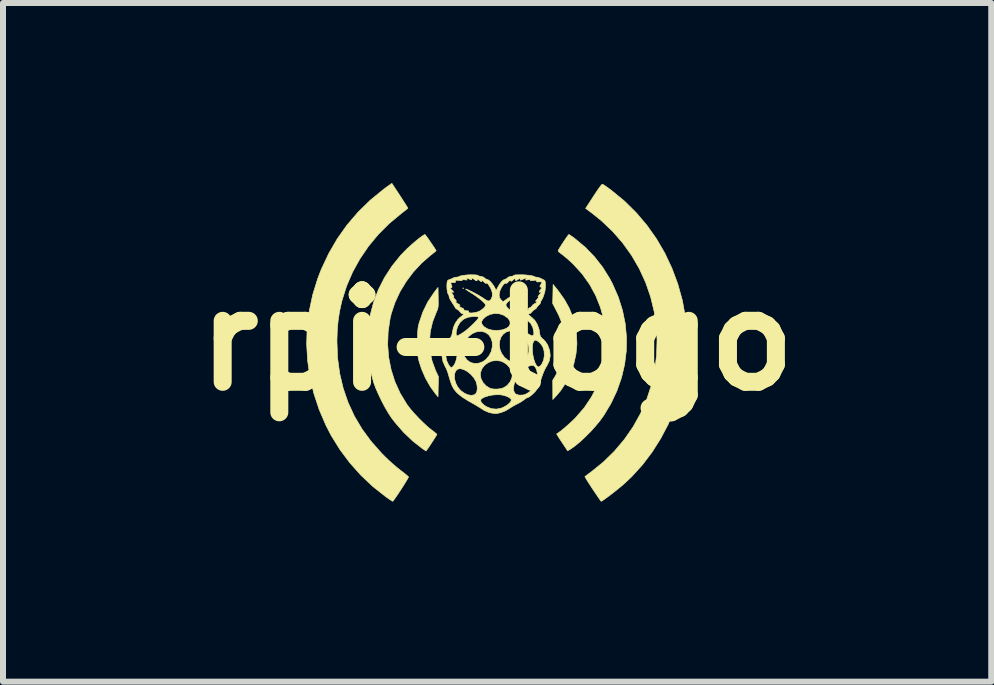
<source format=kicad_pcb>
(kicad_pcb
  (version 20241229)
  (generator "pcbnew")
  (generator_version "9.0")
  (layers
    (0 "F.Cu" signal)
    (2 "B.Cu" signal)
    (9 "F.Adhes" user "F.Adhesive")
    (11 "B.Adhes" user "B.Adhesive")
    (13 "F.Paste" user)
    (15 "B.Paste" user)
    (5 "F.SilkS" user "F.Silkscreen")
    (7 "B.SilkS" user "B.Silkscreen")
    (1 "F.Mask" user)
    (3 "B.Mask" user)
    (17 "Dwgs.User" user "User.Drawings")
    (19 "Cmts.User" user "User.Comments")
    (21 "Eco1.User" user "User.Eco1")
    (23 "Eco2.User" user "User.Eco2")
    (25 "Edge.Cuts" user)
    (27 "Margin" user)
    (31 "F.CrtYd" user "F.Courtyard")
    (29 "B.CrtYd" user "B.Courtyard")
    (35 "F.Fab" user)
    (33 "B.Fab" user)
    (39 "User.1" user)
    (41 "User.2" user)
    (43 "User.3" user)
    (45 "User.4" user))
  (footprint "rpi-logo"
    (layer "F.Cu")
    (at 5.232 2.622)
    (property "Reference" "rpi-logo" (at 0 0 0) (layer "F.SilkS") (effects (font (size 1.524 1.524) (thickness 0.3))))
    (attr through_hole)
    (fp_poly (pts (xy -0.559 -0.87) (xy -0.565 -0.864) (xy -0.572 -0.87) (xy -0.565 -0.876) (xy -0.559 -0.87)) (stroke (width 0.01) (type solid)) (fill yes) (layer "F.SilkS"))
    (fp_poly (pts (xy 0.495 -0.857) (xy 0.489 -0.851) (xy 0.483 -0.857) (xy 0.489 -0.864) (xy 0.495 -0.857)) (stroke (width 0.01) (type solid)) (fill yes) (layer "F.SilkS"))
    (fp_poly (pts (xy 1.017 -0.829) (xy 1.12 -0.685) (xy 1.201 -0.54) (xy 1.262 -0.389) (xy 1.303 -0.228) (xy 1.323 -0.099) (xy 1.33 0.06) (xy 1.315 0.224) (xy 1.279 0.388) (xy 1.223 0.548) (xy 1.15 0.698) (xy 1.06 0.835) (xy 0.99 0.918) (xy 0.928 0.984) (xy 0.928 0.824) (xy 0.927 0.663) (xy 0.972 0.59) (xy 1.025 0.489) (xy 1.065 0.39) (xy 1.091 0.285) (xy 1.106 0.168) (xy 1.111 0.034) (xy 1.111 0.025) (xy 1.108 -0.086) (xy 1.1 -0.179) (xy 1.085 -0.262) (xy 1.06 -0.341) (xy 1.025 -0.424) (xy 0.989 -0.495) (xy 0.926 -0.616) (xy 0.93 -0.775) (xy 0.933 -0.933) (xy 1.017 -0.829)) (stroke (width 0.01) (type solid)) (fill yes) (layer "F.SilkS"))
    (fp_poly (pts (xy -0.981 -0.714) (xy -0.98 -0.645) (xy -0.98 -0.595) (xy -0.983 -0.559) (xy -0.988 -0.529) (xy -0.998 -0.502) (xy -1.013 -0.469) (xy -1.014 -0.466) (xy -1.075 -0.309) (xy -1.113 -0.146) (xy -1.126 0.019) (xy -1.117 0.183) (xy -1.083 0.344) (xy -1.026 0.499) (xy -1.022 0.508) (xy -0.977 0.603) (xy -0.981 0.771) (xy -0.984 0.938) (xy -1.024 0.891) (xy -1.113 0.769) (xy -1.192 0.63) (xy -1.257 0.481) (xy -1.298 0.356) (xy -1.309 0.312) (xy -1.317 0.272) (xy -1.322 0.229) (xy -1.325 0.177) (xy -1.326 0.112) (xy -1.326 0.028) (xy -1.326 0.025) (xy -1.325 -0.062) (xy -1.323 -0.13) (xy -1.32 -0.183) (xy -1.314 -0.228) (xy -1.305 -0.269) (xy -1.298 -0.294) (xy -1.236 -0.476) (xy -1.154 -0.643) (xy -1.05 -0.798) (xy -1.041 -0.81) (xy -0.984 -0.883) (xy -0.981 -0.714)) (stroke (width 0.01) (type solid)) (fill yes) (layer "F.SilkS"))
    (fp_poly (pts (xy 1.21 -1.758) (xy 1.238 -1.739) (xy 1.276 -1.712) (xy 1.292 -1.7) (xy 1.468 -1.553) (xy 1.622 -1.394) (xy 1.758 -1.221) (xy 1.877 -1.03) (xy 1.924 -0.94) (xy 2.019 -0.723) (xy 2.089 -0.502) (xy 2.135 -0.278) (xy 2.156 -0.052) (xy 2.153 0.173) (xy 2.125 0.398) (xy 2.073 0.62) (xy 1.997 0.838) (xy 1.897 1.05) (xy 1.777 1.25) (xy 1.714 1.337) (xy 1.639 1.428) (xy 1.556 1.52) (xy 1.468 1.608) (xy 1.381 1.689) (xy 1.299 1.757) (xy 1.225 1.809) (xy 1.211 1.818) (xy 1.175 1.839) (xy 1.082 1.699) (xy 1.048 1.648) (xy 1.02 1.604) (xy 1.001 1.573) (xy 0.993 1.558) (xy 0.993 1.557) (xy 1.029 1.533) (xy 1.079 1.495) (xy 1.136 1.447) (xy 1.196 1.394) (xy 1.255 1.34) (xy 1.306 1.29) (xy 1.311 1.284) (xy 1.453 1.12) (xy 1.57 0.946) (xy 1.666 0.761) (xy 1.739 0.564) (xy 1.78 0.406) (xy 1.796 0.307) (xy 1.806 0.192) (xy 1.811 0.068) (xy 1.81 -0.058) (xy 1.803 -0.179) (xy 1.79 -0.286) (xy 1.781 -0.339) (xy 1.722 -0.55) (xy 1.643 -0.748) (xy 1.542 -0.933) (xy 1.419 -1.106) (xy 1.273 -1.267) (xy 1.269 -1.27) (xy 1.218 -1.319) (xy 1.165 -1.366) (xy 1.117 -1.406) (xy 1.088 -1.429) (xy 1.052 -1.456) (xy 1.027 -1.478) (xy 1.016 -1.491) (xy 1.016 -1.492) (xy 1.023 -1.507) (xy 1.04 -1.537) (xy 1.065 -1.578) (xy 1.095 -1.624) (xy 1.126 -1.671) (xy 1.155 -1.713) (xy 1.178 -1.745) (xy 1.193 -1.763) (xy 1.196 -1.765) (xy 1.21 -1.758)) (stroke (width 0.01) (type solid)) (fill yes) (layer "F.SilkS"))
    (fp_poly (pts (xy -1.193 -1.756) (xy -1.173 -1.729) (xy -1.146 -1.692) (xy -1.116 -1.647) (xy -1.084 -1.601) (xy -1.055 -1.558) (xy -1.032 -1.523) (xy -1.018 -1.5) (xy -1.016 -1.494) (xy -1.025 -1.485) (xy -1.051 -1.464) (xy -1.087 -1.435) (xy -1.108 -1.419) (xy -1.258 -1.289) (xy -1.394 -1.142) (xy -1.515 -0.981) (xy -1.619 -0.81) (xy -1.702 -0.63) (xy -1.763 -0.448) (xy -1.783 -0.363) (xy -1.815 -0.147) (xy -1.823 0.068) (xy -1.807 0.279) (xy -1.766 0.486) (xy -1.703 0.686) (xy -1.616 0.878) (xy -1.506 1.06) (xy -1.489 1.084) (xy -1.439 1.149) (xy -1.375 1.222) (xy -1.304 1.298) (xy -1.229 1.372) (xy -1.158 1.437) (xy -1.095 1.489) (xy -1.083 1.498) (xy -1.045 1.527) (xy -1.017 1.55) (xy -1.004 1.564) (xy -1.003 1.565) (xy -1.01 1.578) (xy -1.027 1.607) (xy -1.052 1.646) (xy -1.082 1.692) (xy -1.112 1.739) (xy -1.141 1.782) (xy -1.165 1.816) (xy -1.18 1.837) (xy -1.185 1.841) (xy -1.196 1.834) (xy -1.221 1.817) (xy -1.245 1.801) (xy -1.405 1.676) (xy -1.558 1.53) (xy -1.699 1.368) (xy -1.76 1.288) (xy -1.811 1.211) (xy -1.866 1.117) (xy -1.921 1.013) (xy -1.972 0.907) (xy -2.018 0.804) (xy -2.052 0.713) (xy -2.057 0.7) (xy -2.116 0.478) (xy -2.152 0.253) (xy -2.163 0.028) (xy -2.151 -0.197) (xy -2.115 -0.418) (xy -2.058 -0.635) (xy -1.978 -0.845) (xy -1.876 -1.046) (xy -1.753 -1.236) (xy -1.61 -1.414) (xy -1.501 -1.526) (xy -1.449 -1.574) (xy -1.394 -1.623) (xy -1.339 -1.669) (xy -1.289 -1.709) (xy -1.246 -1.74) (xy -1.215 -1.76) (xy -1.202 -1.765) (xy -1.193 -1.756)) (stroke (width 0.01) (type solid)) (fill yes) (layer "F.SilkS"))
    (fp_poly (pts (xy -1.619 -2.413) (xy -1.578 -2.349) (xy -1.542 -2.293) (xy -1.513 -2.248) (xy -1.494 -2.217) (xy -1.486 -2.204) (xy -1.486 -2.204) (xy -1.495 -2.195) (xy -1.521 -2.174) (xy -1.559 -2.144) (xy -1.597 -2.115) (xy -1.798 -1.948) (xy -1.98 -1.766) (xy -2.143 -1.569) (xy -2.286 -1.359) (xy -2.408 -1.138) (xy -2.507 -0.908) (xy -2.583 -0.669) (xy -2.591 -0.637) (xy -2.625 -0.483) (xy -2.648 -0.333) (xy -2.662 -0.179) (xy -2.668 -0.011) (xy -2.668 0.032) (xy -2.657 0.298) (xy -2.622 0.553) (xy -2.564 0.798) (xy -2.483 1.033) (xy -2.379 1.259) (xy -2.251 1.475) (xy -2.099 1.682) (xy -1.923 1.881) (xy -1.871 1.933) (xy -1.81 1.992) (xy -1.741 2.055) (xy -1.672 2.114) (xy -1.612 2.162) (xy -1.607 2.166) (xy -1.558 2.204) (xy -1.517 2.236) (xy -1.489 2.26) (xy -1.476 2.273) (xy -1.476 2.273) (xy -1.481 2.287) (xy -1.498 2.317) (xy -1.524 2.36) (xy -1.556 2.412) (xy -1.592 2.469) (xy -1.63 2.526) (xy -1.665 2.579) (xy -1.697 2.625) (xy -1.721 2.659) (xy -1.736 2.678) (xy -1.739 2.68) (xy -1.753 2.673) (xy -1.782 2.654) (xy -1.822 2.627) (xy -1.849 2.608) (xy -2.065 2.438) (xy -2.267 2.248) (xy -2.452 2.041) (xy -2.618 1.819) (xy -2.764 1.584) (xy -2.851 1.416) (xy -2.964 1.152) (xy -3.053 0.884) (xy -3.117 0.612) (xy -3.157 0.337) (xy -3.173 0.061) (xy -3.164 -0.215) (xy -3.13 -0.489) (xy -3.072 -0.761) (xy -2.989 -1.029) (xy -2.928 -1.187) (xy -2.805 -1.448) (xy -2.663 -1.693) (xy -2.501 -1.922) (xy -2.319 -2.135) (xy -2.117 -2.333) (xy -1.895 -2.515) (xy -1.826 -2.566) (xy -1.753 -2.617) (xy -1.619 -2.413)) (stroke (width 0.01) (type solid)) (fill yes) (layer "F.SilkS"))
    (fp_poly (pts (xy 1.769 -2.596) (xy 1.8 -2.576) (xy 1.842 -2.546) (xy 1.893 -2.509) (xy 1.91 -2.496) (xy 2.123 -2.321) (xy 2.319 -2.127) (xy 2.497 -1.917) (xy 2.656 -1.692) (xy 2.795 -1.453) (xy 2.913 -1.202) (xy 3.011 -0.94) (xy 3.086 -0.669) (xy 3.137 -0.391) (xy 3.143 -0.352) (xy 3.151 -0.266) (xy 3.157 -0.162) (xy 3.161 -0.047) (xy 3.162 0.071) (xy 3.16 0.185) (xy 3.156 0.287) (xy 3.149 0.362) (xy 3.108 0.627) (xy 3.044 0.89) (xy 2.958 1.147) (xy 2.851 1.396) (xy 2.725 1.635) (xy 2.582 1.861) (xy 2.421 2.073) (xy 2.245 2.267) (xy 2.127 2.378) (xy 2.081 2.419) (xy 2.026 2.464) (xy 1.968 2.511) (xy 1.909 2.557) (xy 1.853 2.599) (xy 1.804 2.635) (xy 1.765 2.662) (xy 1.741 2.678) (xy 1.735 2.68) (xy 1.725 2.67) (xy 1.705 2.641) (xy 1.675 2.598) (xy 1.638 2.544) (xy 1.596 2.481) (xy 1.592 2.476) (xy 1.551 2.412) (xy 1.515 2.357) (xy 1.487 2.312) (xy 1.469 2.281) (xy 1.462 2.268) (xy 1.462 2.268) (xy 1.474 2.26) (xy 1.501 2.24) (xy 1.539 2.211) (xy 1.562 2.195) (xy 1.768 2.028) (xy 1.954 1.846) (xy 2.12 1.65) (xy 2.265 1.441) (xy 2.388 1.221) (xy 2.49 0.99) (xy 2.569 0.75) (xy 2.625 0.502) (xy 2.657 0.248) (xy 2.665 -0.012) (xy 2.653 -0.229) (xy 2.617 -0.482) (xy 2.557 -0.729) (xy 2.474 -0.968) (xy 2.368 -1.198) (xy 2.241 -1.417) (xy 2.093 -1.624) (xy 1.926 -1.816) (xy 1.74 -1.993) (xy 1.59 -2.114) (xy 1.475 -2.2) (xy 1.546 -2.309) (xy 1.609 -2.406) (xy 1.659 -2.482) (xy 1.698 -2.538) (xy 1.726 -2.576) (xy 1.745 -2.598) (xy 1.754 -2.603) (xy 1.769 -2.596)) (stroke (width 0.01) (type solid)) (fill yes) (layer "F.SilkS"))
    (fp_poly (pts (xy 0.425 -1.094) (xy 0.477 -1.091) (xy 0.529 -1.085) (xy 0.573 -1.079) (xy 0.605 -1.072) (xy 0.614 -1.067) (xy 0.636 -1.057) (xy 0.658 -1.054) (xy 0.69 -1.048) (xy 0.727 -1.034) (xy 0.728 -1.033) (xy 0.761 -1.016) (xy 0.786 -1.004) (xy 0.787 -1.003) (xy 0.799 -0.989) (xy 0.804 -0.959) (xy 0.805 -0.919) (xy 0.803 -0.873) (xy 0.799 -0.833) (xy 0.796 -0.815) (xy 0.779 -0.758) (xy 0.761 -0.709) (xy 0.743 -0.676) (xy 0.74 -0.672) (xy 0.726 -0.646) (xy 0.724 -0.632) (xy 0.715 -0.61) (xy 0.692 -0.587) (xy 0.692 -0.586) (xy 0.67 -0.565) (xy 0.66 -0.547) (xy 0.66 -0.547) (xy 0.65 -0.532) (xy 0.629 -0.518) (xy 0.597 -0.496) (xy 0.578 -0.474) (xy 0.557 -0.452) (xy 0.539 -0.445) (xy 0.522 -0.44) (xy 0.528 -0.425) (xy 0.556 -0.4) (xy 0.576 -0.385) (xy 0.629 -0.334) (xy 0.671 -0.265) (xy 0.699 -0.185) (xy 0.707 -0.134) (xy 0.714 -0.091) (xy 0.725 -0.062) (xy 0.747 -0.038) (xy 0.763 -0.024) (xy 0.797 0.01) (xy 0.83 0.055) (xy 0.844 0.08) (xy 0.877 0.17) (xy 0.885 0.257) (xy 0.869 0.342) (xy 0.827 0.427) (xy 0.819 0.438) (xy 0.796 0.48) (xy 0.771 0.537) (xy 0.747 0.602) (xy 0.736 0.635) (xy 0.715 0.696) (xy 0.692 0.755) (xy 0.67 0.802) (xy 0.657 0.823) (xy 0.63 0.857) (xy 0.595 0.892) (xy 0.558 0.923) (xy 0.526 0.945) (xy 0.505 0.953) (xy 0.489 0.96) (xy 0.462 0.978) (xy 0.447 0.99) (xy 0.408 1.017) (xy 0.359 1.046) (xy 0.33 1.06) (xy 0.278 1.088) (xy 0.223 1.121) (xy 0.199 1.137) (xy 0.136 1.174) (xy 0.066 1.201) (xy -0.00003 1.217) (xy -0.031 1.218) (xy -0.067 1.214) (xy -0.113 1.206) (xy -0.13 1.201) (xy -0.178 1.183) (xy -0.228 1.158) (xy -0.242 1.148) (xy -0.28 1.124) (xy -0.33 1.093) (xy -0.381 1.063) (xy -0.386 1.06) (xy -0.487 1.003) (xy -0.51 0.988) (xy -0.273 0.988) (xy -0.271 1.017) (xy -0.247 1.051) (xy -0.203 1.087) (xy -0.174 1.105) (xy -0.094 1.137) (xy -0.011 1.144) (xy 0.073 1.127) (xy 0.109 1.111) (xy 0.164 1.08) (xy 0.205 1.046) (xy 0.231 1.014) (xy 0.236 0.988) (xy 0.234 0.981) (xy 0.205 0.953) (xy 0.158 0.93) (xy 0.098 0.912) (xy 0.051 0.905) (xy -0.012 0.904) (xy -0.079 0.91) (xy -0.143 0.923) (xy -0.2 0.94) (xy -0.245 0.961) (xy -0.27 0.983) (xy -0.273 0.988) (xy -0.51 0.988) (xy -0.568 0.952) (xy -0.631 0.905) (xy -0.681 0.859) (xy -0.719 0.811) (xy -0.749 0.757) (xy -0.774 0.693) (xy -0.797 0.618) (xy -0.801 0.603) (xy -0.801 0.603) (xy -0.711 0.603) (xy -0.704 0.661) (xy -0.685 0.72) (xy -0.655 0.777) (xy -0.613 0.827) (xy -0.603 0.837) (xy -0.543 0.88) (xy -0.484 0.906) (xy -0.428 0.915) (xy -0.381 0.906) (xy -0.356 0.889) (xy -0.338 0.855) (xy -0.33 0.807) (xy -0.334 0.75) (xy -0.348 0.694) (xy -0.355 0.677) (xy -0.391 0.617) (xy -0.431 0.572) (xy -0.279 0.572) (xy -0.267 0.639) (xy -0.233 0.703) (xy -0.183 0.757) (xy -0.12 0.796) (xy -0.114 0.799) (xy -0.065 0.809) (xy -0.004 0.811) (xy 0.057 0.804) (xy 0.093 0.793) (xy 0.273 0.793) (xy 0.279 0.845) (xy 0.3 0.884) (xy 0.321 0.899) (xy 0.373 0.912) (xy 0.432 0.909) (xy 0.475 0.897) (xy 0.53 0.864) (xy 0.584 0.817) (xy 0.629 0.763) (xy 0.647 0.732) (xy 0.666 0.676) (xy 0.673 0.613) (xy 0.671 0.55) (xy 0.659 0.492) (xy 0.638 0.446) (xy 0.611 0.42) (xy 0.575 0.414) (xy 0.53 0.428) (xy 0.479 0.457) (xy 0.426 0.501) (xy 0.376 0.555) (xy 0.345 0.597) (xy 0.307 0.665) (xy 0.283 0.732) (xy 0.273 0.793) (xy 0.093 0.793) (xy 0.108 0.789) (xy 0.108 0.789) (xy 0.169 0.749) (xy 0.216 0.692) (xy 0.246 0.625) (xy 0.254 0.565) (xy 0.242 0.51) (xy 0.21 0.454) (xy 0.164 0.403) (xy 0.108 0.364) (xy 0.06 0.344) (xy -0.015 0.334) (xy -0.088 0.344) (xy -0.154 0.373) (xy -0.21 0.415) (xy -0.252 0.47) (xy -0.276 0.534) (xy -0.279 0.572) (xy -0.431 0.572) (xy -0.441 0.562) (xy -0.498 0.516) (xy -0.558 0.484) (xy -0.613 0.47) (xy -0.62 0.47) (xy -0.661 0.48) (xy -0.69 0.509) (xy -0.706 0.551) (xy -0.711 0.603) (xy -0.801 0.603) (xy -0.818 0.544) (xy -0.839 0.487) (xy -0.86 0.442) (xy -0.866 0.432) (xy -0.902 0.352) (xy -0.918 0.265) (xy -0.918 0.252) (xy -0.855 0.252) (xy -0.842 0.333) (xy -0.806 0.41) (xy -0.805 0.41) (xy -0.78 0.442) (xy -0.759 0.451) (xy -0.738 0.437) (xy -0.715 0.408) (xy -0.694 0.366) (xy -0.678 0.312) (xy -0.666 0.251) (xy -0.66 0.188) (xy -0.659 0.139) (xy -0.569 0.139) (xy -0.564 0.211) (xy -0.544 0.266) (xy -0.499 0.327) (xy -0.443 0.367) (xy -0.377 0.384) (xy -0.305 0.379) (xy -0.233 0.352) (xy -0.183 0.314) (xy -0.137 0.259) (xy -0.102 0.194) (xy -0.094 0.174) (xy -0.078 0.095) (xy -0.079 0.074) (xy 0.037 0.074) (xy 0.047 0.145) (xy 0.075 0.215) (xy 0.121 0.279) (xy 0.124 0.282) (xy 0.186 0.333) (xy 0.258 0.36) (xy 0.34 0.365) (xy 0.387 0.361) (xy 0.419 0.352) (xy 0.445 0.334) (xy 0.462 0.319) (xy 0.507 0.259) (xy 0.529 0.189) (xy 0.528 0.111) (xy 0.587 0.111) (xy 0.588 0.174) (xy 0.596 0.241) (xy 0.61 0.308) (xy 0.63 0.368) (xy 0.655 0.416) (xy 0.677 0.439) (xy 0.7 0.44) (xy 0.727 0.418) (xy 0.746 0.392) (xy 0.775 0.328) (xy 0.787 0.252) (xy 0.783 0.176) (xy 0.762 0.108) (xy 0.737 0.069) (xy 0.704 0.033) (xy 0.67 0.007) (xy 0.64 -0.005) (xy 0.628 -0.004) (xy 0.607 0.017) (xy 0.593 0.057) (xy 0.587 0.111) (xy 0.528 0.111) (xy 0.528 0.11) (xy 0.508 0.033) (xy 0.469 -0.039) (xy 0.415 -0.098) (xy 0.35 -0.139) (xy 0.279 -0.161) (xy 0.222 -0.162) (xy 0.156 -0.143) (xy 0.104 -0.107) (xy 0.066 -0.056) (xy 0.044 0.006) (xy 0.037 0.074) (xy -0.079 0.074) (xy -0.082 0.022) (xy -0.104 -0.043) (xy -0.141 -0.096) (xy -0.193 -0.133) (xy -0.256 -0.151) (xy -0.279 -0.152) (xy -0.353 -0.141) (xy -0.42 -0.109) (xy -0.478 -0.061) (xy -0.523 -0.001) (xy -0.555 0.067) (xy -0.569 0.139) (xy -0.659 0.139) (xy -0.658 0.126) (xy -0.662 0.073) (xy -0.672 0.031) (xy -0.687 0.005) (xy -0.7 0) (xy -0.726 0.009) (xy -0.759 0.034) (xy -0.792 0.067) (xy -0.814 0.097) (xy -0.846 0.172) (xy -0.855 0.252) (xy -0.918 0.252) (xy -0.914 0.187) (xy -0.895 0.117) (xy -0.863 0.056) (xy -0.814 -0.005) (xy -0.807 -0.013) (xy -0.774 -0.05) (xy -0.756 -0.082) (xy -0.75 -0.108) (xy -0.683 -0.108) (xy -0.674 -0.082) (xy -0.662 -0.076) (xy -0.647 -0.083) (xy -0.617 -0.1) (xy -0.578 -0.124) (xy -0.574 -0.127) (xy -0.532 -0.156) (xy -0.485 -0.194) (xy -0.437 -0.237) (xy -0.392 -0.28) (xy -0.388 -0.284) (xy -0.258 -0.284) (xy -0.236 -0.248) (xy -0.213 -0.226) (xy -0.157 -0.192) (xy -0.086 -0.172) (xy -0.005 -0.166) (xy 0.078 -0.175) (xy 0.094 -0.179) (xy 0.157 -0.202) (xy 0.199 -0.235) (xy 0.219 -0.274) (xy 0.216 -0.317) (xy 0.189 -0.361) (xy 0.175 -0.376) (xy 0.241 -0.376) (xy 0.25 -0.357) (xy 0.275 -0.326) (xy 0.312 -0.286) (xy 0.356 -0.243) (xy 0.404 -0.198) (xy 0.452 -0.158) (xy 0.484 -0.134) (xy 0.537 -0.097) (xy 0.576 -0.08) (xy 0.6 -0.082) (xy 0.611 -0.102) (xy 0.612 -0.133) (xy 0.595 -0.218) (xy 0.558 -0.287) (xy 0.5 -0.342) (xy 0.451 -0.37) (xy 0.412 -0.383) (xy 0.367 -0.391) (xy 0.32 -0.394) (xy 0.28 -0.393) (xy 0.251 -0.386) (xy 0.241 -0.376) (xy 0.175 -0.376) (xy 0.174 -0.376) (xy 0.109 -0.421) (xy 0.034 -0.445) (xy -0.043 -0.449) (xy -0.119 -0.433) (xy -0.187 -0.398) (xy -0.234 -0.355) (xy -0.257 -0.318) (xy -0.258 -0.284) (xy -0.388 -0.284) (xy -0.353 -0.32) (xy -0.324 -0.354) (xy -0.309 -0.377) (xy -0.308 -0.384) (xy -0.323 -0.394) (xy -0.36 -0.399) (xy -0.395 -0.399) (xy -0.483 -0.387) (xy -0.558 -0.355) (xy -0.616 -0.302) (xy -0.658 -0.232) (xy -0.679 -0.156) (xy -0.683 -0.108) (xy -0.75 -0.108) (xy -0.747 -0.121) (xy -0.745 -0.139) (xy -0.727 -0.218) (xy -0.694 -0.292) (xy -0.65 -0.354) (xy -0.614 -0.387) (xy -0.576 -0.416) (xy -0.561 -0.435) (xy -0.567 -0.444) (xy -0.578 -0.445) (xy -0.598 -0.454) (xy -0.617 -0.476) (xy -0.64 -0.502) (xy -0.662 -0.515) (xy -0.687 -0.532) (xy -0.7 -0.55) (xy -0.714 -0.576) (xy -0.737 -0.612) (xy -0.756 -0.641) (xy -0.78 -0.68) (xy -0.796 -0.714) (xy -0.8 -0.733) (xy -0.805 -0.758) (xy -0.811 -0.767) (xy -0.823 -0.787) (xy -0.831 -0.824) (xy -0.836 -0.87) (xy -0.836 -0.873) (xy -0.783 -0.873) (xy -0.778 -0.863) (xy -0.759 -0.845) (xy -0.733 -0.819) (xy -0.725 -0.804) (xy -0.736 -0.802) (xy -0.743 -0.805) (xy -0.759 -0.808) (xy -0.759 -0.797) (xy -0.743 -0.771) (xy -0.736 -0.761) (xy -0.72 -0.735) (xy -0.723 -0.724) (xy -0.726 -0.723) (xy -0.729 -0.716) (xy -0.714 -0.698) (xy -0.706 -0.691) (xy -0.683 -0.667) (xy -0.68 -0.653) (xy -0.686 -0.648) (xy -0.689 -0.637) (xy -0.671 -0.622) (xy -0.653 -0.611) (xy -0.627 -0.596) (xy -0.617 -0.586) (xy -0.619 -0.585) (xy -0.635 -0.579) (xy -0.63 -0.567) (xy -0.609 -0.552) (xy -0.59 -0.544) (xy -0.56 -0.529) (xy -0.551 -0.513) (xy -0.552 -0.512) (xy -0.547 -0.5) (xy -0.521 -0.495) (xy -0.513 -0.495) (xy -0.483 -0.493) (xy -0.473 -0.484) (xy -0.474 -0.476) (xy -0.469 -0.463) (xy -0.444 -0.457) (xy -0.403 -0.459) (xy -0.349 -0.468) (xy -0.334 -0.472) (xy -0.294 -0.488) (xy -0.253 -0.514) (xy -0.218 -0.544) (xy -0.195 -0.574) (xy -0.191 -0.59) (xy -0.201 -0.61) (xy -0.229 -0.641) (xy -0.272 -0.679) (xy -0.326 -0.72) (xy -0.386 -0.763) (xy -0.437 -0.795) (xy -0.48 -0.822) (xy -0.51 -0.843) (xy -0.524 -0.855) (xy -0.521 -0.857) (xy -0.486 -0.844) (xy -0.436 -0.82) (xy -0.378 -0.791) (xy -0.318 -0.758) (xy -0.264 -0.726) (xy -0.221 -0.698) (xy -0.211 -0.691) (xy -0.17 -0.664) (xy -0.14 -0.657) (xy -0.115 -0.669) (xy -0.096 -0.693) (xy -0.079 -0.741) (xy -0.079 -0.75) (xy 0.034 -0.75) (xy 0.042 -0.71) (xy 0.066 -0.677) (xy 0.07 -0.673) (xy 0.1 -0.645) (xy 0.161 -0.689) (xy 0.195 -0.711) (xy 0.24 -0.738) (xy 0.291 -0.766) (xy 0.343 -0.794) (xy 0.392 -0.818) (xy 0.432 -0.836) (xy 0.458 -0.846) (xy 0.466 -0.846) (xy 0.46 -0.837) (xy 0.438 -0.823) (xy 0.43 -0.818) (xy 0.387 -0.794) (xy 0.334 -0.76) (xy 0.279 -0.721) (xy 0.228 -0.683) (xy 0.188 -0.65) (xy 0.173 -0.636) (xy 0.151 -0.608) (xy 0.148 -0.583) (xy 0.163 -0.555) (xy 0.195 -0.522) (xy 0.225 -0.502) (xy 0.264 -0.484) (xy 0.308 -0.47) (xy 0.352 -0.461) (xy 0.39 -0.457) (xy 0.416 -0.461) (xy 0.425 -0.472) (xy 0.424 -0.476) (xy 0.425 -0.49) (xy 0.445 -0.495) (xy 0.455 -0.495) (xy 0.493 -0.498) (xy 0.518 -0.505) (xy 0.526 -0.515) (xy 0.521 -0.521) (xy 0.52 -0.531) (xy 0.542 -0.544) (xy 0.545 -0.546) (xy 0.572 -0.561) (xy 0.584 -0.576) (xy 0.584 -0.577) (xy 0.595 -0.592) (xy 0.621 -0.61) (xy 0.632 -0.616) (xy 0.66 -0.631) (xy 0.666 -0.64) (xy 0.656 -0.645) (xy 0.643 -0.65) (xy 0.645 -0.661) (xy 0.663 -0.682) (xy 0.668 -0.687) (xy 0.687 -0.711) (xy 0.689 -0.723) (xy 0.686 -0.724) (xy 0.681 -0.731) (xy 0.696 -0.752) (xy 0.702 -0.76) (xy 0.729 -0.79) (xy 0.735 -0.806) (xy 0.723 -0.806) (xy 0.718 -0.805) (xy 0.701 -0.803) (xy 0.703 -0.817) (xy 0.725 -0.848) (xy 0.725 -0.849) (xy 0.741 -0.872) (xy 0.742 -0.883) (xy 0.731 -0.887) (xy 0.714 -0.895) (xy 0.716 -0.913) (xy 0.73 -0.934) (xy 0.746 -0.961) (xy 0.742 -0.974) (xy 0.717 -0.977) (xy 0.7 -0.976) (xy 0.668 -0.975) (xy 0.657 -0.981) (xy 0.658 -0.989) (xy 0.658 -1) (xy 0.643 -1.003) (xy 0.608 -1) (xy 0.605 -0.999) (xy 0.568 -0.996) (xy 0.553 -0.999) (xy 0.554 -1.005) (xy 0.552 -1.013) (xy 0.53 -1.013) (xy 0.514 -1.01) (xy 0.484 -1.006) (xy 0.474 -1.008) (xy 0.48 -1.019) (xy 0.482 -1.021) (xy 0.492 -1.036) (xy 0.486 -1.04) (xy 0.461 -1.032) (xy 0.436 -1.022) (xy 0.403 -1.009) (xy 0.387 -1.005) (xy 0.385 -1.012) (xy 0.39 -1.025) (xy 0.392 -1.036) (xy 0.381 -1.034) (xy 0.353 -1.018) (xy 0.352 -1.017) (xy 0.32 -1) (xy 0.305 -1) (xy 0.303 -1.015) (xy 0.303 -1.019) (xy 0.298 -1.029) (xy 0.282 -1.022) (xy 0.26 -1.003) (xy 0.241 -0.987) (xy 0.228 -0.991) (xy 0.226 -0.993) (xy 0.214 -0.999) (xy 0.196 -0.986) (xy 0.186 -0.975) (xy 0.163 -0.952) (xy 0.147 -0.951) (xy 0.144 -0.954) (xy 0.129 -0.953) (xy 0.109 -0.934) (xy 0.085 -0.903) (xy 0.064 -0.865) (xy 0.047 -0.825) (xy 0.041 -0.805) (xy 0.034 -0.75) (xy -0.079 -0.75) (xy -0.081 -0.8) (xy -0.101 -0.857) (xy -0.122 -0.896) (xy -0.143 -0.929) (xy -0.162 -0.952) (xy -0.174 -0.959) (xy -0.178 -0.953) (xy -0.185 -0.947) (xy -0.206 -0.962) (xy -0.213 -0.969) (xy -0.24 -0.992) (xy -0.258 -1.003) (xy -0.265 -1) (xy -0.26 -0.991) (xy -0.257 -0.979) (xy -0.269 -0.981) (xy -0.29 -0.996) (xy -0.301 -1.006) (xy -0.321 -1.023) (xy -0.329 -1.022) (xy -0.33 -1.012) (xy -0.334 -0.994) (xy -0.349 -0.995) (xy -0.378 -1.013) (xy -0.381 -1.016) (xy -0.412 -1.037) (xy -0.426 -1.039) (xy -0.424 -1.022) (xy -0.422 -1.011) (xy -0.432 -1.011) (xy -0.459 -1.021) (xy -0.462 -1.022) (xy -0.499 -1.037) (xy -0.516 -1.04) (xy -0.515 -1.032) (xy -0.507 -1.021) (xy -0.499 -1.009) (xy -0.507 -1.006) (xy -0.535 -1.01) (xy -0.539 -1.01) (xy -0.571 -1.014) (xy -0.581 -1.009) (xy -0.579 -1.006) (xy -0.583 -0.998) (xy -0.608 -0.997) (xy -0.635 -0.999) (xy -0.672 -1.003) (xy -0.69 -1.001) (xy -0.693 -0.992) (xy -0.691 -0.986) (xy -0.69 -0.972) (xy -0.706 -0.966) (xy -0.73 -0.965) (xy -0.761 -0.963) (xy -0.771 -0.956) (xy -0.768 -0.943) (xy -0.754 -0.905) (xy -0.753 -0.884) (xy -0.763 -0.876) (xy -0.77 -0.876) (xy -0.783 -0.873) (xy -0.836 -0.873) (xy -0.837 -0.919) (xy -0.834 -0.963) (xy -0.826 -0.993) (xy -0.822 -1) (xy -0.797 -1.014) (xy -0.778 -1.02) (xy -0.748 -1.03) (xy -0.734 -1.039) (xy -0.711 -1.05) (xy -0.679 -1.054) (xy -0.647 -1.058) (xy -0.627 -1.068) (xy -0.608 -1.075) (xy -0.572 -1.082) (xy -0.525 -1.089) (xy -0.475 -1.093) (xy -0.43 -1.094) (xy -0.425 -1.094) (xy -0.394 -1.093) (xy -0.359 -1.092) (xy -0.329 -1.088) (xy -0.311 -1.079) (xy -0.311 -1.079) (xy -0.294 -1.07) (xy -0.268 -1.067) (xy -0.233 -1.058) (xy -0.21 -1.041) (xy -0.185 -1.022) (xy -0.166 -1.016) (xy -0.141 -1.006) (xy -0.11 -0.979) (xy -0.078 -0.941) (xy -0.049 -0.898) (xy -0.041 -0.883) (xy -0.016 -0.833) (xy 0.011 -0.885) (xy 0.041 -0.936) (xy 0.073 -0.979) (xy 0.104 -1.007) (xy 0.126 -1.016) (xy 0.151 -1.025) (xy 0.171 -1.041) (xy 0.201 -1.061) (xy 0.23 -1.067) (xy 0.258 -1.071) (xy 0.273 -1.08) (xy 0.291 -1.089) (xy 0.315 -1.093) (xy 0.355 -1.093) (xy 0.381 -1.094) (xy 0.425 -1.094)) (stroke (width 0.01) (type solid)) (fill yes) (layer "F.SilkS")))
  (gr_rect
    (start -3 -3)
    (end 13.465 8.307)
    (stroke (width 0.1) (type default))
    (fill no)
    (layer "Edge.Cuts")))
</source>
